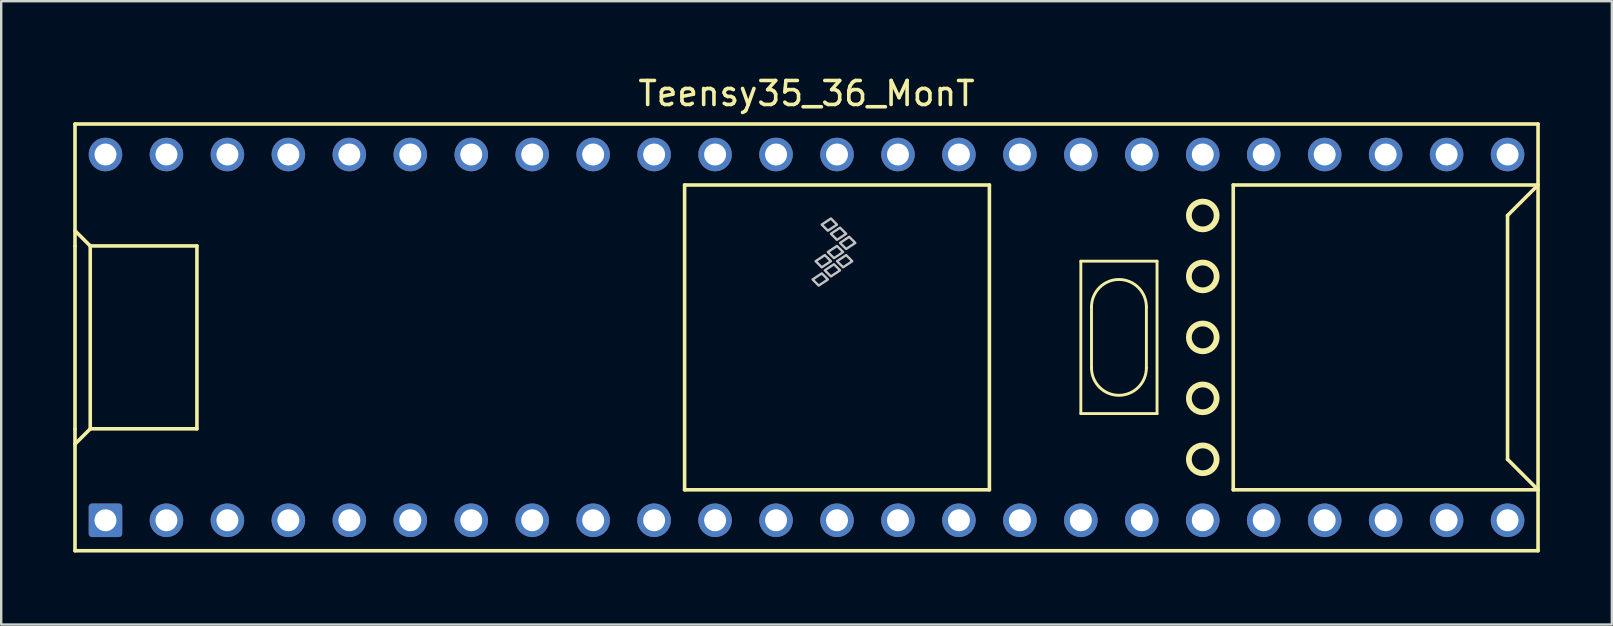
<source format=kicad_pcb>
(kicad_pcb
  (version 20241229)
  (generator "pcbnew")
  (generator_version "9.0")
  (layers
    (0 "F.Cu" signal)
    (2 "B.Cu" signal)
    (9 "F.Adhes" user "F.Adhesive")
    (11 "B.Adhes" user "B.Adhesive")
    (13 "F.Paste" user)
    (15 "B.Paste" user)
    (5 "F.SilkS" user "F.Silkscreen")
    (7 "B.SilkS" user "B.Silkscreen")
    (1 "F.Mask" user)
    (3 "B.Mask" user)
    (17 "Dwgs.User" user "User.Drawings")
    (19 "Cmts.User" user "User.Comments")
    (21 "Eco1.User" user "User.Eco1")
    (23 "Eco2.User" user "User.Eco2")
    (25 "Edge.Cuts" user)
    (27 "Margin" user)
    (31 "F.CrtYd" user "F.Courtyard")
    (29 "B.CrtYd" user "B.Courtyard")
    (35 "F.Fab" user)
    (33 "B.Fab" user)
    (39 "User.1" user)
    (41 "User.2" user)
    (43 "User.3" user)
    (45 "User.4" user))
  (footprint "Teensy35_36_MonT"
    (layer "F.Cu")
    (at 30.555 11.008)
    (property "Reference" "Teensy35_36_MonT" (at 0 -10.16 0) (layer "F.SilkS") (effects (font (size 1 1) (thickness 0.15))))
    (attr through_hole)
    (fp_line (start -30.48 -3.81) (end -30.48 -3.81) (stroke (width 0.15) (type solid)) (layer "F.SilkS"))
    (fp_line (start -30.48 3.81) (end -30.48 3.81) (stroke (width 0.15) (type solid)) (layer "F.SilkS"))
    (fp_line (start -30.48 8.89) (end -30.48 -8.89) (stroke (width 0.15) (type solid)) (layer "F.SilkS"))
    (fp_line (start -30.48 8.89) (end 30.48 8.89) (stroke (width 0.15) (type solid)) (layer "F.SilkS"))
    (fp_line (start -29.845 -3.81) (end -30.48 -4.445) (stroke (width 0.15) (type solid)) (layer "F.SilkS"))
    (fp_line (start -29.845 3.81) (end -30.48 4.445) (stroke (width 0.15) (type solid)) (layer "F.SilkS"))
    (fp_line (start -29.845 3.81) (end -29.845 -3.81) (stroke (width 0.15) (type solid)) (layer "F.SilkS"))
    (fp_line (start -25.4 -3.81) (end -29.845 -3.81) (stroke (width 0.15) (type solid)) (layer "F.SilkS"))
    (fp_line (start -25.4 3.81) (end -29.845 3.81) (stroke (width 0.15) (type solid)) (layer "F.SilkS"))
    (fp_line (start -25.4 3.81) (end -25.4 -3.81) (stroke (width 0.15) (type solid)) (layer "F.SilkS"))
    (fp_line (start -5.08 -6.35) (end -5.08 6.35) (stroke (width 0.15) (type solid)) (layer "F.SilkS"))
    (fp_line (start -5.08 -6.35) (end 7.62 -6.35) (stroke (width 0.15) (type solid)) (layer "F.SilkS"))
    (fp_line (start -5.08 6.35) (end 7.62 6.35) (stroke (width 0.15) (type solid)) (layer "F.SilkS"))
    (fp_line (start 7.62 6.35) (end 7.62 -6.35) (stroke (width 0.15) (type solid)) (layer "F.SilkS"))
    (fp_line (start 11.43 -3.175) (end 11.43 3.175) (stroke (width 0.12) (type solid)) (layer "F.SilkS"))
    (fp_line (start 11.43 3.175) (end 14.605 3.175) (stroke (width 0.12) (type solid)) (layer "F.SilkS"))
    (fp_line (start 11.874 -1.27) (end 11.874 1.27) (stroke (width 0.12) (type solid)) (layer "F.SilkS"))
    (fp_line (start 14.161 -1.27) (end 14.161 1.27) (stroke (width 0.12) (type solid)) (layer "F.SilkS"))
    (fp_line (start 14.605 -3.175) (end 11.43 -3.175) (stroke (width 0.12) (type solid)) (layer "F.SilkS"))
    (fp_line (start 14.605 3.175) (end 14.605 -3.175) (stroke (width 0.12) (type solid)) (layer "F.SilkS"))
    (fp_line (start 17.78 -6.35) (end 17.78 6.35) (stroke (width 0.15) (type solid)) (layer "F.SilkS"))
    (fp_line (start 17.78 6.35) (end 30.48 6.35) (stroke (width 0.15) (type solid)) (layer "F.SilkS"))
    (fp_line (start 29.21 -5.08) (end 30.48 -6.35) (stroke (width 0.15) (type solid)) (layer "F.SilkS"))
    (fp_line (start 29.21 5.08) (end 29.21 -5.08) (stroke (width 0.15) (type solid)) (layer "F.SilkS"))
    (fp_line (start 30.48 -8.89) (end -30.48 -8.89) (stroke (width 0.15) (type solid)) (layer "F.SilkS"))
    (fp_line (start 30.48 -8.89) (end 30.48 8.89) (stroke (width 0.15) (type solid)) (layer "F.SilkS"))
    (fp_line (start 30.48 -6.35) (end 17.78 -6.35) (stroke (width 0.15) (type solid)) (layer "F.SilkS"))
    (fp_line (start 30.48 6.35) (end 29.21 5.08) (stroke (width 0.15) (type solid)) (layer "F.SilkS"))
    (fp_arc (start 11.8745 -1.27) (mid 13.0175 -2.413) (end 14.1605 -1.27) (stroke (width 0.12) (type solid)) (layer "F.SilkS"))
    (fp_arc (start 14.1605 1.27) (mid 13.0175 2.413) (end 11.8745 1.27) (stroke (width 0.12) (type solid)) (layer "F.SilkS"))
    (fp_circle (center 16.51 -5.08) (end 17.089 -5.08) (stroke (width 0.241) (type solid)) (fill no) (layer "F.SilkS"))
    (fp_circle (center 16.51 -2.54) (end 17.089 -2.54) (stroke (width 0.241) (type solid)) (fill no) (layer "F.SilkS"))
    (fp_circle (center 16.51 0) (end 17.089 0) (stroke (width 0.241) (type solid)) (fill no) (layer "F.SilkS"))
    (fp_circle (center 16.51 2.54) (end 17.089 2.54) (stroke (width 0.241) (type solid)) (fill no) (layer "F.SilkS"))
    (fp_circle (center 16.51 5.08) (end 17.089 5.08) (stroke (width 0.241) (type solid)) (fill no) (layer "F.SilkS"))
    (fp_poly (pts (xy 0.635 -2.667) (xy 0.889 -2.413) (xy 0.508 -2.159) (xy 0.254 -2.413)) (stroke (width 0.1) (type solid)) (fill no) (layer "Dwgs.User"))
    (fp_poly (pts (xy 0.762 -3.429) (xy 1.016 -3.175) (xy 0.635 -2.921) (xy 0.381 -3.175)) (stroke (width 0.1) (type solid)) (fill no) (layer "Dwgs.User"))
    (fp_poly (pts (xy 1.016 -4.953) (xy 1.27 -4.699) (xy 0.889 -4.445) (xy 0.635 -4.699)) (stroke (width 0.1) (type solid)) (fill no) (layer "Dwgs.User"))
    (fp_poly (pts (xy 1.143 -3.048) (xy 1.397 -2.794) (xy 1.016 -2.54) (xy 0.762 -2.794)) (stroke (width 0.1) (type solid)) (fill no) (layer "Dwgs.User"))
    (fp_poly (pts (xy 1.27 -3.81) (xy 1.524 -3.556) (xy 1.143 -3.302) (xy 0.889 -3.556)) (stroke (width 0.1) (type solid)) (fill no) (layer "Dwgs.User"))
    (fp_poly (pts (xy 1.397 -4.572) (xy 1.651 -4.318) (xy 1.27 -4.064) (xy 1.016 -4.318)) (stroke (width 0.1) (type solid)) (fill no) (layer "Dwgs.User"))
    (fp_poly (pts (xy 1.651 -3.429) (xy 1.905 -3.175) (xy 1.524 -2.921) (xy 1.27 -3.175)) (stroke (width 0.1) (type solid)) (fill no) (layer "Dwgs.User"))
    (fp_poly (pts (xy 1.778 -4.191) (xy 2.032 -3.937) (xy 1.651 -3.683) (xy 1.397 -3.937)) (stroke (width 0.1) (type solid)) (fill no) (layer "Dwgs.User"))
    (pad "1" thru_hole roundrect (at -29.21 7.62) (size 1.397 1.397) (drill 0.914) (layers "*.Cu" "*.Mask") (roundrect_rratio 0.1))
    (pad "2" thru_hole circle (at -26.67 7.62) (size 1.397 1.397) (drill 0.914) (layers "*.Cu" "*.Mask"))
    (pad "3" thru_hole circle (at -24.13 7.62) (size 1.397 1.397) (drill 0.914) (layers "*.Cu" "*.Mask"))
    (pad "4" thru_hole circle (at -21.59 7.62) (size 1.397 1.397) (drill 0.914) (layers "*.Cu" "*.Mask"))
    (pad "5" thru_hole circle (at -19.05 7.62) (size 1.397 1.397) (drill 0.914) (layers "*.Cu" "*.Mask"))
    (pad "6" thru_hole circle (at -16.51 7.62) (size 1.397 1.397) (drill 0.914) (layers "*.Cu" "*.Mask"))
    (pad "7" thru_hole circle (at -13.97 7.62) (size 1.397 1.397) (drill 0.914) (layers "*.Cu" "*.Mask"))
    (pad "8" thru_hole circle (at -11.43 7.62) (size 1.397 1.397) (drill 0.914) (layers "*.Cu" "*.Mask"))
    (pad "9" thru_hole circle (at -8.89 7.62) (size 1.397 1.397) (drill 0.914) (layers "*.Cu" "*.Mask"))
    (pad "10" thru_hole circle (at -6.35 7.62) (size 1.397 1.397) (drill 0.914) (layers "*.Cu" "*.Mask"))
    (pad "11" thru_hole circle (at -3.81 7.62) (size 1.397 1.397) (drill 0.914) (layers "*.Cu" "*.Mask"))
    (pad "12" thru_hole circle (at -1.27 7.62) (size 1.397 1.397) (drill 0.914) (layers "*.Cu" "*.Mask"))
    (pad "13" thru_hole circle (at 1.27 7.62) (size 1.397 1.397) (drill 0.914) (layers "*.Cu" "*.Mask"))
    (pad "14" thru_hole circle (at 3.81 7.62) (size 1.397 1.397) (drill 0.914) (layers "*.Cu" "*.Mask"))
    (pad "15" thru_hole circle (at 6.35 7.62) (size 1.397 1.397) (drill 0.914) (layers "*.Cu" "*.Mask"))
    (pad "16" thru_hole circle (at 8.89 7.62) (size 1.397 1.397) (drill 0.914) (layers "*.Cu" "*.Mask"))
    (pad "17" thru_hole circle (at 11.43 7.62) (size 1.397 1.397) (drill 0.914) (layers "*.Cu" "*.Mask"))
    (pad "18" thru_hole circle (at 13.97 7.62) (size 1.397 1.397) (drill 0.914) (layers "*.Cu" "*.Mask"))
    (pad "19" thru_hole circle (at 16.51 7.62) (size 1.397 1.397) (drill 0.914) (layers "*.Cu" "*.Mask"))
    (pad "20" thru_hole circle (at 19.05 7.62) (size 1.397 1.397) (drill 0.914) (layers "*.Cu" "*.Mask"))
    (pad "21" thru_hole circle (at 21.59 7.62) (size 1.397 1.397) (drill 0.914) (layers "*.Cu" "*.Mask"))
    (pad "22" thru_hole circle (at 24.13 7.62) (size 1.397 1.397) (drill 0.914) (layers "*.Cu" "*.Mask"))
    (pad "23" thru_hole circle (at 26.67 7.62) (size 1.397 1.397) (drill 0.914) (layers "*.Cu" "*.Mask"))
    (pad "24" thru_hole circle (at 29.21 7.62) (size 1.397 1.397) (drill 0.914) (layers "*.Cu" "*.Mask"))
    (pad "30" thru_hole circle (at 29.21 -7.62) (size 1.397 1.397) (drill 0.914) (layers "*.Cu" "*.Mask"))
    (pad "31" thru_hole circle (at 26.67 -7.62) (size 1.397 1.397) (drill 0.914) (layers "*.Cu" "*.Mask"))
    (pad "32" thru_hole circle (at 24.13 -7.62) (size 1.397 1.397) (drill 0.914) (layers "*.Cu" "*.Mask"))
    (pad "33" thru_hole circle (at 21.59 -7.62) (size 1.397 1.397) (drill 0.914) (layers "*.Cu" "*.Mask"))
    (pad "34" thru_hole circle (at 19.05 -7.62) (size 1.397 1.397) (drill 0.914) (layers "*.Cu" "*.Mask"))
    (pad "35" thru_hole circle (at 16.51 -7.62) (size 1.397 1.397) (drill 0.914) (layers "*.Cu" "*.Mask"))
    (pad "36" thru_hole circle (at 13.97 -7.62) (size 1.397 1.397) (drill 0.914) (layers "*.Cu" "*.Mask"))
    (pad "37" thru_hole circle (at 11.43 -7.62) (size 1.397 1.397) (drill 0.914) (layers "*.Cu" "*.Mask"))
    (pad "38" thru_hole circle (at 8.89 -7.62) (size 1.397 1.397) (drill 0.914) (layers "*.Cu" "*.Mask"))
    (pad "39" thru_hole circle (at 6.35 -7.62) (size 1.397 1.397) (drill 0.914) (layers "*.Cu" "*.Mask"))
    (pad "40" thru_hole circle (at 3.81 -7.62) (size 1.397 1.397) (drill 0.914) (layers "*.Cu" "*.Mask"))
    (pad "41" thru_hole circle (at 1.27 -7.62) (size 1.397 1.397) (drill 0.914) (layers "*.Cu" "*.Mask"))
    (pad "42" thru_hole circle (at -1.27 -7.62) (size 1.397 1.397) (drill 0.914) (layers "*.Cu" "*.Mask"))
    (pad "43" thru_hole circle (at -3.81 -7.62) (size 1.397 1.397) (drill 0.914) (layers "*.Cu" "*.Mask"))
    (pad "44" thru_hole circle (at -6.35 -7.62) (size 1.397 1.397) (drill 0.914) (layers "*.Cu" "*.Mask"))
    (pad "45" thru_hole circle (at -8.89 -7.62) (size 1.397 1.397) (drill 0.914) (layers "*.Cu" "*.Mask"))
    (pad "46" thru_hole circle (at -11.43 -7.62) (size 1.397 1.397) (drill 0.914) (layers "*.Cu" "*.Mask"))
    (pad "47" thru_hole circle (at -13.97 -7.62) (size 1.397 1.397) (drill 0.914) (layers "*.Cu" "*.Mask"))
    (pad "48" thru_hole circle (at -16.51 -7.62) (size 1.397 1.397) (drill 0.914) (layers "*.Cu" "*.Mask"))
    (pad "49" thru_hole circle (at -19.05 -7.62) (size 1.397 1.397) (drill 0.914) (layers "*.Cu" "*.Mask"))
    (pad "50" thru_hole circle (at -21.59 -7.62) (size 1.397 1.397) (drill 0.914) (layers "*.Cu" "*.Mask"))
    (pad "51" thru_hole circle (at -24.13 -7.62) (size 1.397 1.397) (drill 0.914) (layers "*.Cu" "*.Mask"))
    (pad "52" thru_hole circle (at -26.67 -7.62) (size 1.397 1.397) (drill 0.914) (layers "*.Cu" "*.Mask"))
    (pad "53" thru_hole circle (at -29.21 -7.62) (size 1.397 1.397) (drill 0.914) (layers "*.Cu" "*.Mask")))
  (gr_rect
    (start -3 -3)
    (end 64.11 22.973)
    (stroke (width 0.1) (type default))
    (fill no)
    (layer "Edge.Cuts")))
</source>
